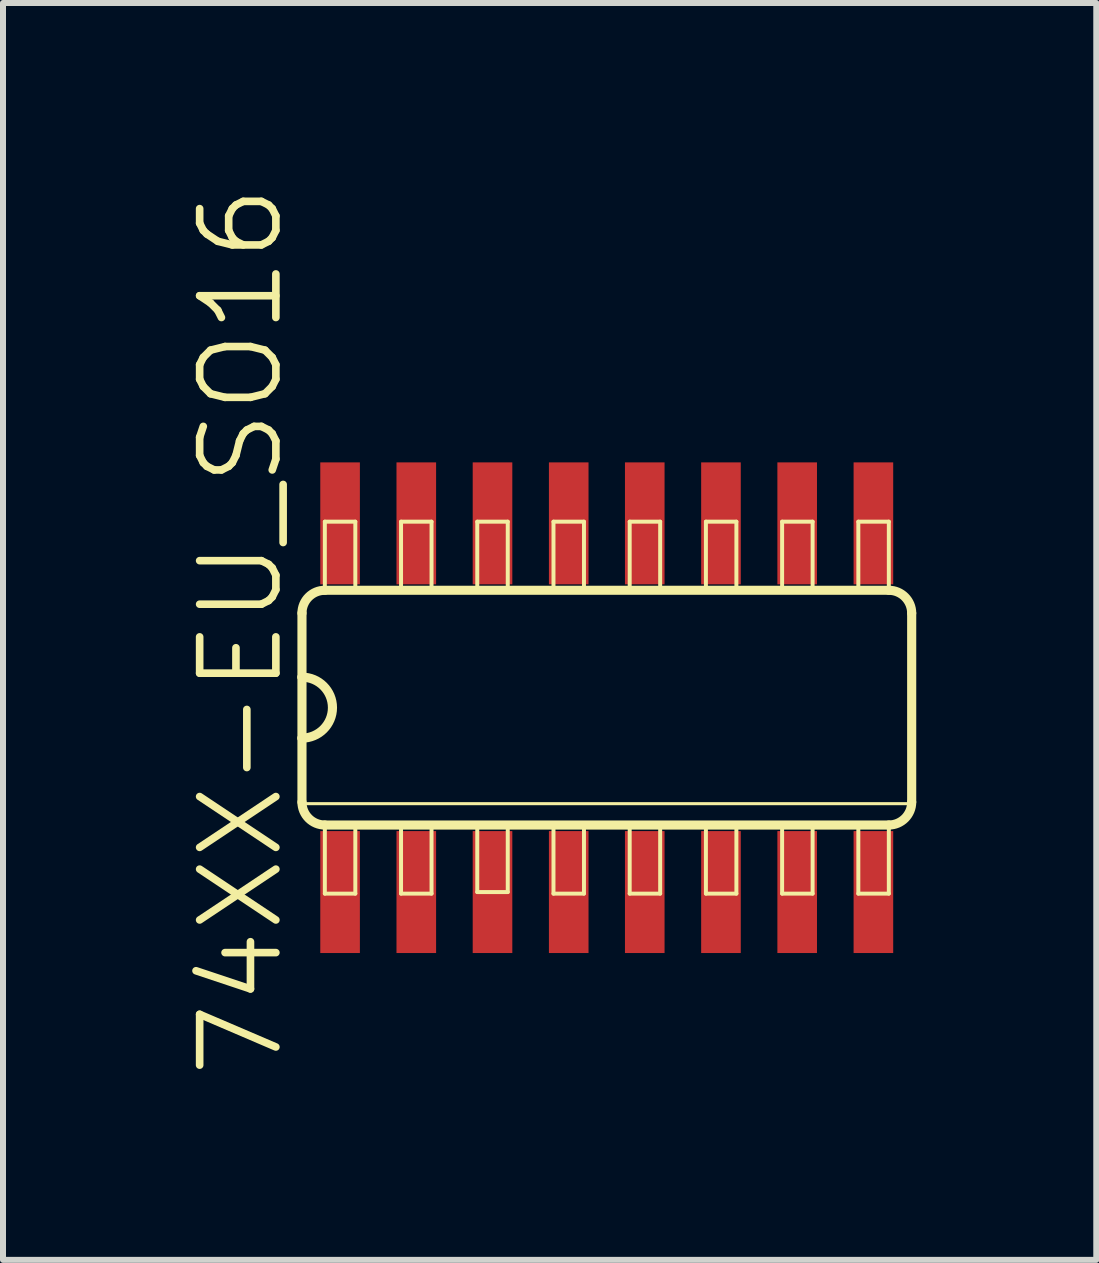
<source format=kicad_pcb>
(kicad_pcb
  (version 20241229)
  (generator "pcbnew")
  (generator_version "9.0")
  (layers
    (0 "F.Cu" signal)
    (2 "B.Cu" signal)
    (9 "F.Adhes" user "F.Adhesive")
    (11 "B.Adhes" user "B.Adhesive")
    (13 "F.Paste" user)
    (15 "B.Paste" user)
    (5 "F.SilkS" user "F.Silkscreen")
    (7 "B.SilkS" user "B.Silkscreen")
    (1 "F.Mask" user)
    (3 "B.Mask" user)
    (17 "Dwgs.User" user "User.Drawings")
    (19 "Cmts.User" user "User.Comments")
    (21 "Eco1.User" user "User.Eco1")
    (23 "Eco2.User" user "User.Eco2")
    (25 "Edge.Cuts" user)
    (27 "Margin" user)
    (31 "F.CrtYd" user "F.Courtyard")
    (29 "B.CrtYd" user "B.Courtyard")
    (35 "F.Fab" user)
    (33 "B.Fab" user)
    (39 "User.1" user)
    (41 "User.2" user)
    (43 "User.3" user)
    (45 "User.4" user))
  (footprint "74XX-EU_SO16"
    (layer "F.Cu")
    (at 7.062 8.742)
    (property "Reference" "74XX-EU_SO16" (at -6.096 -1.27 90) (layer "F.SilkS") (effects (font (size 1.27 1.27) (thickness 0.127))))
    (attr smd)
    (fp_line (start -5.08 -1.575) (end -5.08 -0.508) (stroke (width 0.152) (type solid)) (layer "F.SilkS"))
    (fp_line (start -5.08 -0.508) (end -5.08 0.508) (stroke (width 0.152) (type solid)) (layer "F.SilkS"))
    (fp_line (start -5.08 0.508) (end -5.08 1.575) (stroke (width 0.152) (type solid)) (layer "F.SilkS"))
    (fp_line (start -5.08 1.6) (end 5.08 1.6) (stroke (width 0.051) (type solid)) (layer "F.SilkS"))
    (fp_line (start -4.699 -3.099) (end -4.191 -3.099) (stroke (width 0.066) (type solid)) (layer "F.SilkS"))
    (fp_line (start -4.699 -1.956) (end -4.699 -3.099) (stroke (width 0.066) (type solid)) (layer "F.SilkS"))
    (fp_line (start -4.699 -1.956) (end -4.191 -1.956) (stroke (width 0.066) (type solid)) (layer "F.SilkS"))
    (fp_line (start -4.699 1.956) (end -4.191 1.956) (stroke (width 0.066) (type solid)) (layer "F.SilkS"))
    (fp_line (start -4.699 1.956) (end 4.699 1.956) (stroke (width 0.152) (type solid)) (layer "F.SilkS"))
    (fp_line (start -4.699 3.099) (end -4.699 1.956) (stroke (width 0.066) (type solid)) (layer "F.SilkS"))
    (fp_line (start -4.699 3.099) (end -4.191 3.099) (stroke (width 0.066) (type solid)) (layer "F.SilkS"))
    (fp_line (start -4.191 -1.956) (end -4.191 -3.099) (stroke (width 0.066) (type solid)) (layer "F.SilkS"))
    (fp_line (start -4.191 3.099) (end -4.191 1.956) (stroke (width 0.066) (type solid)) (layer "F.SilkS"))
    (fp_line (start -3.429 -3.099) (end -2.921 -3.099) (stroke (width 0.066) (type solid)) (layer "F.SilkS"))
    (fp_line (start -3.429 -1.956) (end -3.429 -3.099) (stroke (width 0.066) (type solid)) (layer "F.SilkS"))
    (fp_line (start -3.429 -1.956) (end -2.921 -1.956) (stroke (width 0.066) (type solid)) (layer "F.SilkS"))
    (fp_line (start -3.429 1.956) (end -2.921 1.956) (stroke (width 0.066) (type solid)) (layer "F.SilkS"))
    (fp_line (start -3.429 3.099) (end -3.429 1.956) (stroke (width 0.066) (type solid)) (layer "F.SilkS"))
    (fp_line (start -3.429 3.099) (end -2.921 3.099) (stroke (width 0.066) (type solid)) (layer "F.SilkS"))
    (fp_line (start -2.921 -1.956) (end -2.921 -3.099) (stroke (width 0.066) (type solid)) (layer "F.SilkS"))
    (fp_line (start -2.921 3.099) (end -2.921 1.956) (stroke (width 0.066) (type solid)) (layer "F.SilkS"))
    (fp_line (start -2.159 -3.099) (end -1.651 -3.099) (stroke (width 0.066) (type solid)) (layer "F.SilkS"))
    (fp_line (start -2.159 -1.956) (end -2.159 -3.099) (stroke (width 0.066) (type solid)) (layer "F.SilkS"))
    (fp_line (start -2.159 -1.956) (end -1.651 -1.956) (stroke (width 0.066) (type solid)) (layer "F.SilkS"))
    (fp_line (start -2.159 1.93) (end -1.651 1.93) (stroke (width 0.066) (type solid)) (layer "F.SilkS"))
    (fp_line (start -2.159 3.073) (end -2.159 1.93) (stroke (width 0.066) (type solid)) (layer "F.SilkS"))
    (fp_line (start -2.159 3.073) (end -1.651 3.073) (stroke (width 0.066) (type solid)) (layer "F.SilkS"))
    (fp_line (start -1.651 -1.956) (end -1.651 -3.099) (stroke (width 0.066) (type solid)) (layer "F.SilkS"))
    (fp_line (start -1.651 3.073) (end -1.651 1.93) (stroke (width 0.066) (type solid)) (layer "F.SilkS"))
    (fp_line (start -0.889 -3.099) (end -0.381 -3.099) (stroke (width 0.066) (type solid)) (layer "F.SilkS"))
    (fp_line (start -0.889 -1.956) (end -0.889 -3.099) (stroke (width 0.066) (type solid)) (layer "F.SilkS"))
    (fp_line (start -0.889 -1.956) (end -0.381 -1.956) (stroke (width 0.066) (type solid)) (layer "F.SilkS"))
    (fp_line (start -0.889 1.956) (end -0.381 1.956) (stroke (width 0.066) (type solid)) (layer "F.SilkS"))
    (fp_line (start -0.889 3.099) (end -0.889 1.956) (stroke (width 0.066) (type solid)) (layer "F.SilkS"))
    (fp_line (start -0.889 3.099) (end -0.381 3.099) (stroke (width 0.066) (type solid)) (layer "F.SilkS"))
    (fp_line (start -0.381 -1.956) (end -0.381 -3.099) (stroke (width 0.066) (type solid)) (layer "F.SilkS"))
    (fp_line (start -0.381 3.099) (end -0.381 1.956) (stroke (width 0.066) (type solid)) (layer "F.SilkS"))
    (fp_line (start 0.381 -3.099) (end 0.889 -3.099) (stroke (width 0.066) (type solid)) (layer "F.SilkS"))
    (fp_line (start 0.381 -1.956) (end 0.381 -3.099) (stroke (width 0.066) (type solid)) (layer "F.SilkS"))
    (fp_line (start 0.381 -1.956) (end 0.889 -1.956) (stroke (width 0.066) (type solid)) (layer "F.SilkS"))
    (fp_line (start 0.381 1.956) (end 0.889 1.956) (stroke (width 0.066) (type solid)) (layer "F.SilkS"))
    (fp_line (start 0.381 3.099) (end 0.381 1.956) (stroke (width 0.066) (type solid)) (layer "F.SilkS"))
    (fp_line (start 0.381 3.099) (end 0.889 3.099) (stroke (width 0.066) (type solid)) (layer "F.SilkS"))
    (fp_line (start 0.889 -1.956) (end 0.889 -3.099) (stroke (width 0.066) (type solid)) (layer "F.SilkS"))
    (fp_line (start 0.889 3.099) (end 0.889 1.956) (stroke (width 0.066) (type solid)) (layer "F.SilkS"))
    (fp_line (start 1.651 -3.099) (end 2.159 -3.099) (stroke (width 0.066) (type solid)) (layer "F.SilkS"))
    (fp_line (start 1.651 -1.956) (end 1.651 -3.099) (stroke (width 0.066) (type solid)) (layer "F.SilkS"))
    (fp_line (start 1.651 -1.956) (end 2.159 -1.956) (stroke (width 0.066) (type solid)) (layer "F.SilkS"))
    (fp_line (start 1.651 1.956) (end 2.159 1.956) (stroke (width 0.066) (type solid)) (layer "F.SilkS"))
    (fp_line (start 1.651 3.099) (end 1.651 1.956) (stroke (width 0.066) (type solid)) (layer "F.SilkS"))
    (fp_line (start 1.651 3.099) (end 2.159 3.099) (stroke (width 0.066) (type solid)) (layer "F.SilkS"))
    (fp_line (start 2.159 -1.956) (end 2.159 -3.099) (stroke (width 0.066) (type solid)) (layer "F.SilkS"))
    (fp_line (start 2.159 3.099) (end 2.159 1.956) (stroke (width 0.066) (type solid)) (layer "F.SilkS"))
    (fp_line (start 2.921 -3.099) (end 3.429 -3.099) (stroke (width 0.066) (type solid)) (layer "F.SilkS"))
    (fp_line (start 2.921 -1.956) (end 2.921 -3.099) (stroke (width 0.066) (type solid)) (layer "F.SilkS"))
    (fp_line (start 2.921 -1.956) (end 3.429 -1.956) (stroke (width 0.066) (type solid)) (layer "F.SilkS"))
    (fp_line (start 2.921 1.956) (end 3.429 1.956) (stroke (width 0.066) (type solid)) (layer "F.SilkS"))
    (fp_line (start 2.921 3.099) (end 2.921 1.956) (stroke (width 0.066) (type solid)) (layer "F.SilkS"))
    (fp_line (start 2.921 3.099) (end 3.429 3.099) (stroke (width 0.066) (type solid)) (layer "F.SilkS"))
    (fp_line (start 3.429 -1.956) (end 3.429 -3.099) (stroke (width 0.066) (type solid)) (layer "F.SilkS"))
    (fp_line (start 3.429 3.099) (end 3.429 1.956) (stroke (width 0.066) (type solid)) (layer "F.SilkS"))
    (fp_line (start 4.191 -3.099) (end 4.699 -3.099) (stroke (width 0.066) (type solid)) (layer "F.SilkS"))
    (fp_line (start 4.191 -1.956) (end 4.191 -3.099) (stroke (width 0.066) (type solid)) (layer "F.SilkS"))
    (fp_line (start 4.191 -1.956) (end 4.699 -1.956) (stroke (width 0.066) (type solid)) (layer "F.SilkS"))
    (fp_line (start 4.191 1.956) (end 4.699 1.956) (stroke (width 0.066) (type solid)) (layer "F.SilkS"))
    (fp_line (start 4.191 3.099) (end 4.191 1.956) (stroke (width 0.066) (type solid)) (layer "F.SilkS"))
    (fp_line (start 4.191 3.099) (end 4.699 3.099) (stroke (width 0.066) (type solid)) (layer "F.SilkS"))
    (fp_line (start 4.699 -1.956) (end -4.699 -1.956) (stroke (width 0.152) (type solid)) (layer "F.SilkS"))
    (fp_line (start 4.699 -1.956) (end 4.699 -3.099) (stroke (width 0.066) (type solid)) (layer "F.SilkS"))
    (fp_line (start 4.699 3.099) (end 4.699 1.956) (stroke (width 0.066) (type solid)) (layer "F.SilkS"))
    (fp_line (start 5.08 1.575) (end 5.08 -1.575) (stroke (width 0.152) (type solid)) (layer "F.SilkS"))
    (fp_arc (start -5.08 -1.5748) (mid -4.968408 -1.844208) (end -4.699 -1.9558) (stroke (width 0.1524) (type solid)) (layer "F.SilkS"))
    (fp_arc (start -5.08 -0.508) (mid -4.572 0) (end -5.08 0.508) (stroke (width 0.1524) (type solid)) (layer "F.SilkS"))
    (fp_arc (start -4.699 1.9558) (mid -4.968408 1.844208) (end -5.08 1.5748) (stroke (width 0.1524) (type solid)) (layer "F.SilkS"))
    (fp_arc (start 4.699 -1.9558) (mid 4.968408 -1.844208) (end 5.08 -1.5748) (stroke (width 0.1524) (type solid)) (layer "F.SilkS"))
    (fp_arc (start 5.08 1.5748) (mid 4.968408 1.844208) (end 4.699 1.9558) (stroke (width 0.1524) (type solid)) (layer "F.SilkS"))
    (pad "1" smd rect (at -4.445 3.073) (size 0.66 2.032) (layers "F.Cu" "F.Mask" "F.Paste"))
    (pad "2" smd rect (at -3.175 3.073) (size 0.66 2.032) (layers "F.Cu" "F.Mask" "F.Paste"))
    (pad "3" smd rect (at -1.905 3.073) (size 0.66 2.032) (layers "F.Cu" "F.Mask" "F.Paste"))
    (pad "4" smd rect (at -0.635 3.073) (size 0.66 2.032) (layers "F.Cu" "F.Mask" "F.Paste"))
    (pad "5" smd rect (at 0.632 3.073) (size 0.66 2.032) (layers "F.Cu" "F.Mask" "F.Paste"))
    (pad "6" smd rect (at 1.902 3.073) (size 0.66 2.032) (layers "F.Cu" "F.Mask" "F.Paste"))
    (pad "7" smd rect (at 3.172 3.073) (size 0.66 2.032) (layers "F.Cu" "F.Mask" "F.Paste"))
    (pad "8" smd rect (at 4.442 3.073) (size 0.66 2.032) (layers "F.Cu" "F.Mask" "F.Paste"))
    (pad "9" smd rect (at 4.442 -3.071) (size 0.66 2.032) (layers "F.Cu" "F.Mask" "F.Paste"))
    (pad "10" smd rect (at 3.172 -3.071) (size 0.66 2.032) (layers "F.Cu" "F.Mask" "F.Paste"))
    (pad "11" smd rect (at 1.902 -3.071) (size 0.66 2.032) (layers "F.Cu" "F.Mask" "F.Paste"))
    (pad "12" smd rect (at 0.632 -3.071) (size 0.66 2.032) (layers "F.Cu" "F.Mask" "F.Paste"))
    (pad "13" smd rect (at -0.635 -3.071) (size 0.66 2.032) (layers "F.Cu" "F.Mask" "F.Paste"))
    (pad "14" smd rect (at -1.905 -3.071) (size 0.66 2.032) (layers "F.Cu" "F.Mask" "F.Paste"))
    (pad "15" smd rect (at -3.175 -3.071) (size 0.66 2.032) (layers "F.Cu" "F.Mask" "F.Paste"))
    (pad "16" smd rect (at -4.445 -3.071) (size 0.66 2.032) (layers "F.Cu" "F.Mask" "F.Paste")))
  (gr_rect
    (start -3 -3)
    (end 15.218 17.944)
    (stroke (width 0.1) (type default))
    (fill no)
    (layer "Edge.Cuts")))
</source>
